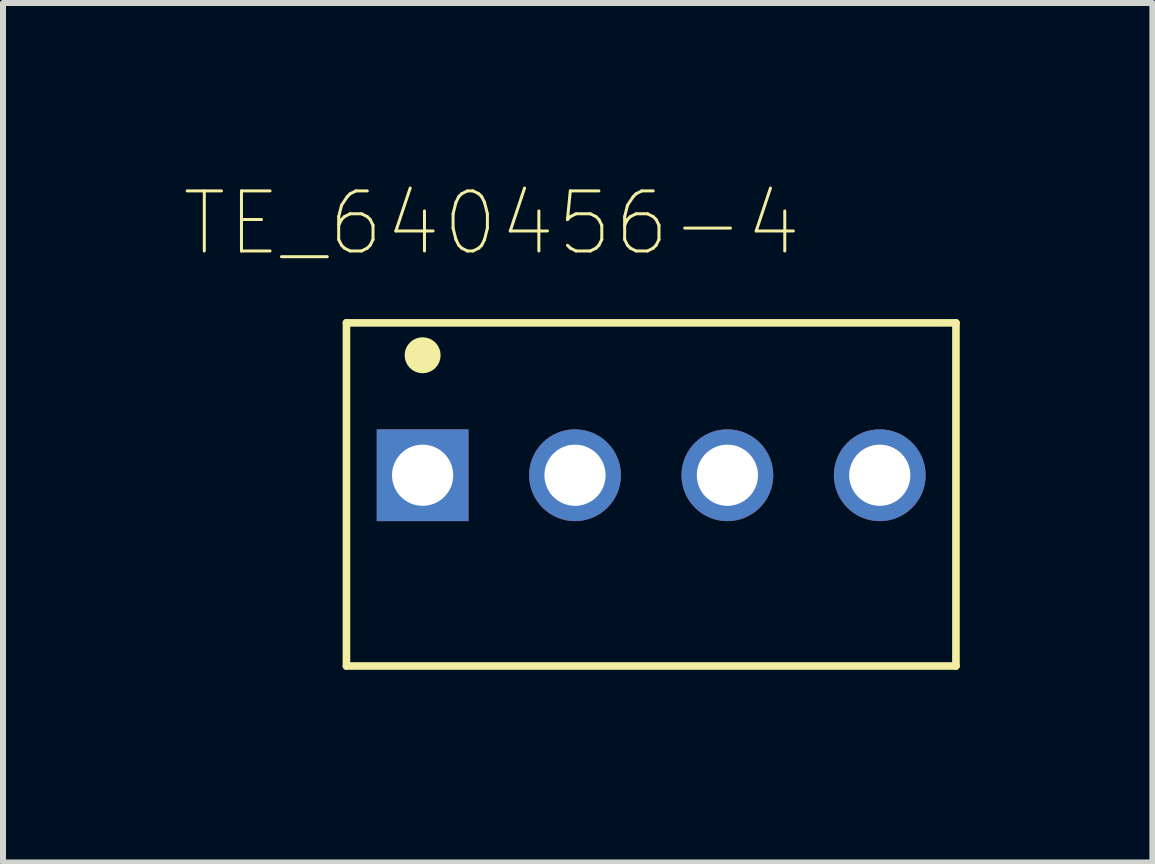
<source format=kicad_pcb>
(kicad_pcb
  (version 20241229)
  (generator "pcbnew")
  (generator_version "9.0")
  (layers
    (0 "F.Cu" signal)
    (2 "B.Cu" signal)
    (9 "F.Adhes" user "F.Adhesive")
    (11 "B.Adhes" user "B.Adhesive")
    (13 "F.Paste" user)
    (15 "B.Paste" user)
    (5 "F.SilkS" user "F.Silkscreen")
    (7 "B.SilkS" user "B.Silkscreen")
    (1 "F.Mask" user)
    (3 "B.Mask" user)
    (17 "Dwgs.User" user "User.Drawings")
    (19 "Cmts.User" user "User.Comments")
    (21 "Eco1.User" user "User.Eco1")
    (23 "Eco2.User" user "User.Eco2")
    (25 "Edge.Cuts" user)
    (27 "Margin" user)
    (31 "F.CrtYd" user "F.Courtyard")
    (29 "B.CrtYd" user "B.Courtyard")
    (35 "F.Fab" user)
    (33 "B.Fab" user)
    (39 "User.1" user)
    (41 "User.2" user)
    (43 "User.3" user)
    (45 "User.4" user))
  (footprint "TE_640456-4"
    (layer "F.Cu")
    (at 3.995 4.872)
    (property "Reference" "TE_640456-4" (at 1.151 -4.199 0) (layer "F.SilkS") (effects (font (size 1.001 1.001) (thickness 0.05))))
    (attr through_hole)
    (fp_line (start -1.27 -2.54) (end 8.89 -2.54) (stroke (width 0.127) (type solid)) (layer "F.SilkS"))
    (fp_line (start -1.27 3.18) (end -1.27 -2.54) (stroke (width 0.127) (type solid)) (layer "F.SilkS"))
    (fp_line (start 8.89 -2.54) (end 8.89 3.18) (stroke (width 0.127) (type solid)) (layer "F.SilkS"))
    (fp_line (start 8.89 3.18) (end -1.27 3.18) (stroke (width 0.127) (type solid)) (layer "F.SilkS"))
    (fp_circle (center 0 -2) (end 0.15 -2) (stroke (width 0.3) (type solid)) (fill no) (layer "F.SilkS"))
    (fp_line (start -1.52 -2.79) (end 9.14 -2.79) (stroke (width 0.05) (type solid)) (layer "Eco1.User"))
    (fp_line (start -1.52 3.43) (end -1.52 -2.79) (stroke (width 0.05) (type solid)) (layer "Eco1.User"))
    (fp_line (start 9.14 -2.79) (end 9.14 3.43) (stroke (width 0.05) (type solid)) (layer "Eco1.User"))
    (fp_line (start 9.14 3.43) (end -1.52 3.43) (stroke (width 0.05) (type solid)) (layer "Eco1.User"))
    (fp_line (start -1.27 -2.54) (end -1.27 3.18) (stroke (width 0.127) (type solid)) (layer "Eco2.User"))
    (fp_line (start -1.27 3.18) (end 8.89 3.18) (stroke (width 0.127) (type solid)) (layer "Eco2.User"))
    (fp_line (start 8.89 -2.54) (end -1.27 -2.54) (stroke (width 0.127) (type solid)) (layer "Eco2.User"))
    (fp_line (start 8.89 3.18) (end 8.89 -2.54) (stroke (width 0.127) (type solid)) (layer "Eco2.User"))
    (fp_circle (center 0 0) (end 0.15 0) (stroke (width 0.3) (type solid)) (fill no) (layer "Eco2.User"))
    (pad "1" thru_hole rect (at 0 0 180) (size 1.53 1.53) (drill 1.02) (layers "*.Cu" "*.Mask"))
    (pad "2" thru_hole circle (at 2.54 0 180) (size 1.53 1.53) (drill 1.02) (layers "*.Cu" "*.Mask"))
    (pad "3" thru_hole circle (at 5.08 0 180) (size 1.53 1.53) (drill 1.02) (layers "*.Cu" "*.Mask"))
    (pad "4" thru_hole circle (at 7.62 0 180) (size 1.53 1.53) (drill 1.02) (layers "*.Cu" "*.Mask")))
  (gr_rect
    (start -3 -3)
    (end 16.16 11.327)
    (stroke (width 0.1) (type default))
    (fill no)
    (layer "Edge.Cuts")))
</source>
